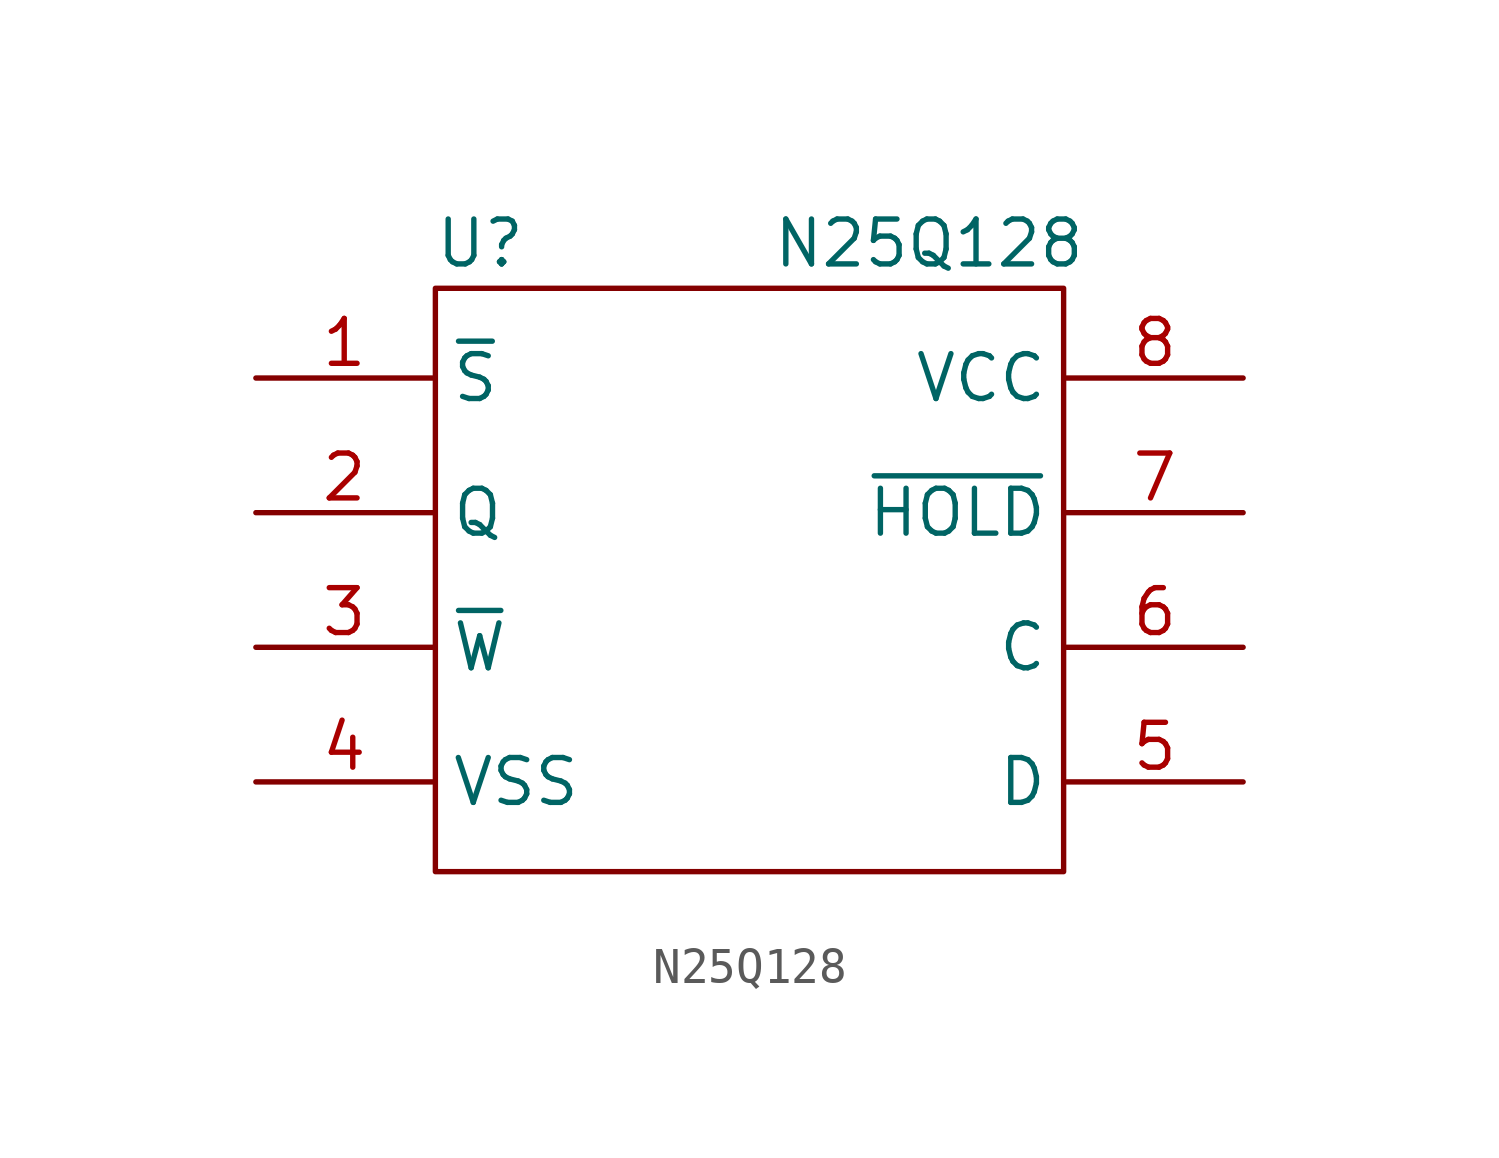
<source format=kicad_sym>
(kicad_symbol_lib
  (version 20211014)
  (generator kicad_symbol_editor)
  (symbol "N25Q128"
    (property "Reference" "U"
      (at -7.62 1.27 0)
      (effects (font (size 1.27 1.27))))
    (property "Value" "N25Q128"
      (at 5.08 1.27 0)
      (effects (font (size 1.27 1.27))))
    (symbol "N25Q128_0_1"
      (rectangle (start -8.89 0) (end 8.89 -16.51) (stroke (width 0) (type default) (color 0 0 0 0)) (fill (type none))))
    (symbol "N25Q128_1_1"
      (pin passive line (at -13.97 -2.54 0) (length 5) (name "~{S}" (effects (font (size 1.27 1.27)))) (number "1" (effects (font (size 1.27 1.27)))))
      (pin passive line (at -13.97 -6.35 0) (length 5) (name "Q" (effects (font (size 1.27 1.27)))) (number "2" (effects (font (size 1.27 1.27)))))
      (pin passive line (at -13.97 -10.16 0) (length 5) (name "~{W}" (effects (font (size 1.27 1.27)))) (number "3" (effects (font (size 1.27 1.27)))))
      (pin passive line (at -13.97 -13.97 0) (length 5) (name "VSS" (effects (font (size 1.27 1.27)))) (number "4" (effects (font (size 1.27 1.27)))))
      (pin passive line (at 13.97 -13.97 180) (length 5) (name "D" (effects (font (size 1.27 1.27)))) (number "5" (effects (font (size 1.27 1.27)))))
      (pin passive line (at 13.97 -10.16 180) (length 5) (name "C" (effects (font (size 1.27 1.27)))) (number "6" (effects (font (size 1.27 1.27)))))
      (pin passive line (at 13.97 -6.35 180) (length 5) (name "~{HOLD}" (effects (font (size 1.27 1.27)))) (number "7" (effects (font (size 1.27 1.27)))))
      (pin passive line (at 13.97 -2.54 180) (length 5) (name "VCC" (effects (font (size 1.27 1.27)))) (number "8" (effects (font (size 1.27 1.27))))))))
</source>
